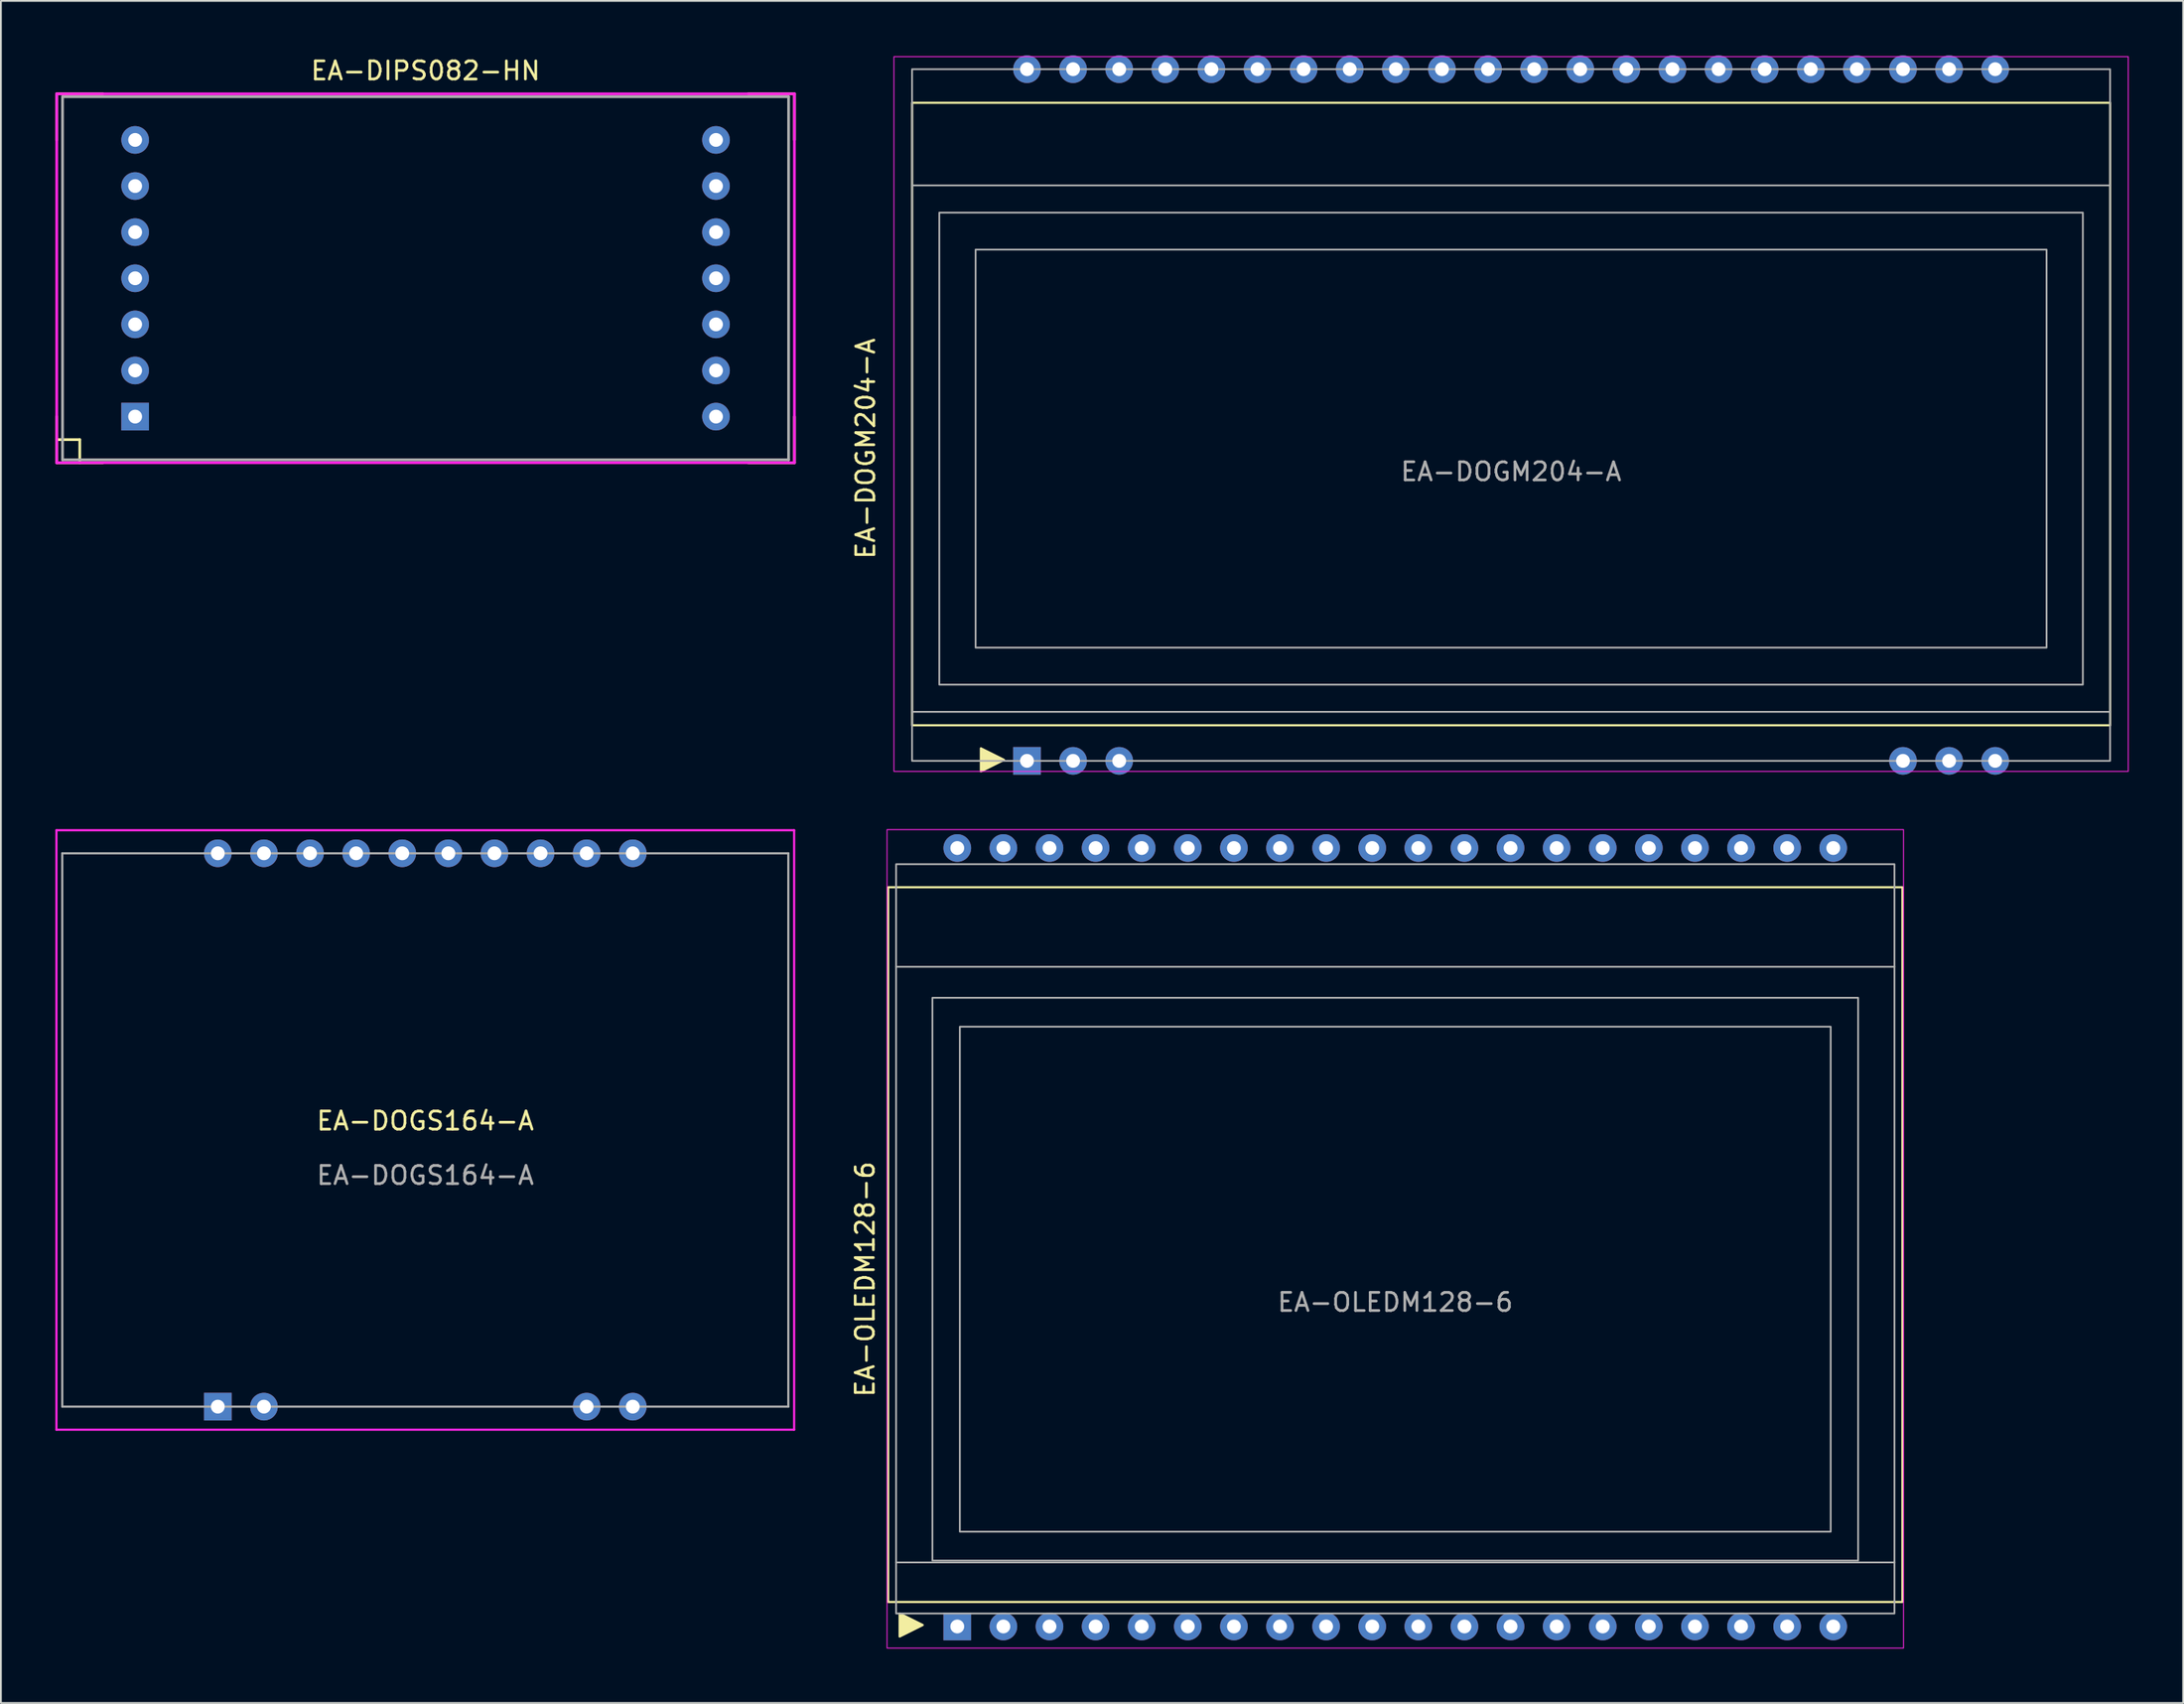
<source format=kicad_pcb>
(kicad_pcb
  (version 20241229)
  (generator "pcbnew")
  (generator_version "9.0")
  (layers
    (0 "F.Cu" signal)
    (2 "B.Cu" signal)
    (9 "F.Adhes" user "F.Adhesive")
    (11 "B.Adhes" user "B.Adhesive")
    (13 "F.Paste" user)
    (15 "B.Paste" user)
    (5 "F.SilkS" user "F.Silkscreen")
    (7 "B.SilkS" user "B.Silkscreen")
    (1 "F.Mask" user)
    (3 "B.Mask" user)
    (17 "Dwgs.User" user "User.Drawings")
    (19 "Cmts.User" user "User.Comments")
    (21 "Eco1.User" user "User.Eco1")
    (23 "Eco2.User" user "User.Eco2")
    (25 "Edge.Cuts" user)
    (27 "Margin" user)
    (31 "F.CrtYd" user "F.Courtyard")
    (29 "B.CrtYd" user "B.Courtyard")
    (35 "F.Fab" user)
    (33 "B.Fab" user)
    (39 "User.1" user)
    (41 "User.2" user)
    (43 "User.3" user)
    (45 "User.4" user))
  (footprint "EA-DOGS164-A"
    (layer "F.Cu")
    (at 20.38 59.194)
    (property "Reference" "EA-DOGS164-A" (at 0 -0.5 0) (unlocked yes) (layer "F.SilkS") (effects (font (size 1 1) (thickness 0.15))))
    (fp_line (start -20.32 -16.51) (end 20.32 -16.51) (stroke (width 0.12) (type solid)) (layer "F.CrtYd"))
    (fp_line (start -20.32 16.51) (end -20.32 -16.51) (stroke (width 0.12) (type solid)) (layer "F.CrtYd"))
    (fp_line (start 20.32 -16.51) (end 20.32 16.51) (stroke (width 0.12) (type solid)) (layer "F.CrtYd"))
    (fp_line (start 20.32 16.51) (end -20.32 16.51) (stroke (width 0.12) (type solid)) (layer "F.CrtYd"))
    (fp_line (start -20 -15.24) (end 20 -15.24) (stroke (width 0.12) (type solid)) (layer "F.Fab"))
    (fp_line (start -20 15.24) (end -20 -15.24) (stroke (width 0.12) (type solid)) (layer "F.Fab"))
    (fp_line (start 20 -15.24) (end 20 15.24) (stroke (width 0.12) (type solid)) (layer "F.Fab"))
    (fp_line (start 20 15.24) (end -20 15.24) (stroke (width 0.12) (type solid)) (layer "F.Fab"))
    (fp_text user "${REFERENCE}" (at 0 2.5 0) (unlocked yes) (layer "F.Fab") (effects (font (size 1 1) (thickness 0.15))))
    (pad "1" thru_hole rect (at -11.43 15.24) (size 1.524 1.524) (drill 0.762) (layers "*.Cu" "*.Mask"))
    (pad "2" thru_hole circle (at -8.89 15.24) (size 1.524 1.524) (drill 0.762) (layers "*.Cu" "*.Mask"))
    (pad "9" thru_hole circle (at 8.89 15.24) (size 1.524 1.524) (drill 0.762) (layers "*.Cu" "*.Mask"))
    (pad "10" thru_hole circle (at 11.43 15.24) (size 1.524 1.524) (drill 0.762) (layers "*.Cu" "*.Mask"))
    (pad "11" thru_hole circle (at 11.43 -15.24) (size 1.524 1.524) (drill 0.762) (layers "*.Cu" "*.Mask"))
    (pad "12" thru_hole circle (at 8.89 -15.24) (size 1.524 1.524) (drill 0.762) (layers "*.Cu" "*.Mask"))
    (pad "13" thru_hole circle (at 6.35 -15.24) (size 1.524 1.524) (drill 0.762) (layers "*.Cu" "*.Mask"))
    (pad "14" thru_hole circle (at 3.81 -15.24) (size 1.524 1.524) (drill 0.762) (layers "*.Cu" "*.Mask"))
    (pad "15" thru_hole circle (at 1.27 -15.24) (size 1.524 1.524) (drill 0.762) (layers "*.Cu" "*.Mask"))
    (pad "16" thru_hole circle (at -1.27 -15.24) (size 1.524 1.524) (drill 0.762) (layers "*.Cu" "*.Mask"))
    (pad "17" thru_hole circle (at -3.81 -15.24) (size 1.524 1.524) (drill 0.762) (layers "*.Cu" "*.Mask"))
    (pad "18" thru_hole circle (at -6.35 -15.24) (size 1.524 1.524) (drill 0.762) (layers "*.Cu" "*.Mask"))
    (pad "19" thru_hole circle (at -8.89 -15.24) (size 1.524 1.524) (drill 0.762) (layers "*.Cu" "*.Mask"))
    (pad "20" thru_hole circle (at -11.43 -15.24) (size 1.524 1.524) (drill 0.762) (layers "*.Cu" "*.Mask")))
  (footprint "EA-OLEDM128-6"
    (layer "F.Cu")
    (at 73.818 67.414)
    (property "Reference" "EA-OLEDM128-6" (at -29.21 0 90) (unlocked yes) (layer "F.SilkS") (effects (font (size 1 1) (thickness 0.15))))
    (attr through_hole)
    (fp_rect (start -27.94 -21.59) (end 27.94 17.78) (stroke (width 0.12) (type solid)) (fill no) (layer "F.SilkS"))
    (fp_poly (pts (xy -26.035 19.05) (xy -27.305 19.685) (xy -27.305 18.415)) (stroke (width 0.12) (type solid)) (fill yes) (layer "F.SilkS"))
    (fp_rect (start -28 -24.765) (end 28 20.32) (stroke (width 0.05) (type solid)) (fill no) (layer "F.CrtYd"))
    (fp_line (start -27.5 -17.21) (end 27.5 -17.21) (stroke (width 0.1) (type solid)) (layer "F.Fab"))
    (fp_line (start -27.5 15.6) (end 27.5 15.6) (stroke (width 0.1) (type solid)) (layer "F.Fab"))
    (fp_rect (start -27.5 -22.86) (end 27.5 18.415) (stroke (width 0.1) (type solid)) (fill no) (layer "F.Fab"))
    (fp_rect (start -25.5 -15.5) (end 25.5 15.5) (stroke (width 0.1) (type solid)) (fill no) (layer "F.Fab"))
    (fp_rect (start -23.988 -13.908) (end 23.988 13.908) (stroke (width 0.1) (type solid)) (fill no) (layer "F.Fab"))
    (fp_text user "${REFERENCE}" (at 0 1.27 0) (unlocked yes) (layer "F.Fab") (effects (font (size 1 1) (thickness 0.15))))
    (pad "1" thru_hole rect (at -24.13 19.13) (size 1.524 1.524) (drill 0.762) (layers "*.Cu" "*.Mask"))
    (pad "2" thru_hole circle (at -21.59 19.13) (size 1.524 1.524) (drill 0.762) (layers "*.Cu" "*.Mask"))
    (pad "3" thru_hole circle (at -19.05 19.13) (size 1.524 1.524) (drill 0.762) (layers "*.Cu" "*.Mask"))
    (pad "4" thru_hole circle (at -16.51 19.13) (size 1.524 1.524) (drill 0.762) (layers "*.Cu" "*.Mask"))
    (pad "5" thru_hole circle (at -13.97 19.13) (size 1.524 1.524) (drill 0.762) (layers "*.Cu" "*.Mask"))
    (pad "6" thru_hole circle (at -11.43 19.13) (size 1.524 1.524) (drill 0.762) (layers "*.Cu" "*.Mask"))
    (pad "7" thru_hole circle (at -8.89 19.13) (size 1.524 1.524) (drill 0.762) (layers "*.Cu" "*.Mask"))
    (pad "8" thru_hole circle (at -6.35 19.13) (size 1.524 1.524) (drill 0.762) (layers "*.Cu" "*.Mask"))
    (pad "9" thru_hole circle (at -3.81 19.13) (size 1.524 1.524) (drill 0.762) (layers "*.Cu" "*.Mask"))
    (pad "10" thru_hole circle (at -1.27 19.13) (size 1.524 1.524) (drill 0.762) (layers "*.Cu" "*.Mask"))
    (pad "11" thru_hole circle (at 1.27 19.13) (size 1.524 1.524) (drill 0.762) (layers "*.Cu" "*.Mask"))
    (pad "12" thru_hole circle (at 3.81 19.13) (size 1.524 1.524) (drill 0.762) (layers "*.Cu" "*.Mask"))
    (pad "13" thru_hole circle (at 6.35 19.13) (size 1.524 1.524) (drill 0.762) (layers "*.Cu" "*.Mask"))
    (pad "14" thru_hole circle (at 8.89 19.13) (size 1.524 1.524) (drill 0.762) (layers "*.Cu" "*.Mask"))
    (pad "15" thru_hole circle (at 11.43 19.13) (size 1.524 1.524) (drill 0.762) (layers "*.Cu" "*.Mask"))
    (pad "16" thru_hole circle (at 13.97 19.13) (size 1.524 1.524) (drill 0.762) (layers "*.Cu" "*.Mask"))
    (pad "17" thru_hole circle (at 16.51 19.13) (size 1.524 1.524) (drill 0.762) (layers "*.Cu" "*.Mask"))
    (pad "18" thru_hole circle (at 19.05 19.13) (size 1.524 1.524) (drill 0.762) (layers "*.Cu" "*.Mask"))
    (pad "19" thru_hole circle (at 21.59 19.13) (size 1.524 1.524) (drill 0.762) (layers "*.Cu" "*.Mask"))
    (pad "20" thru_hole circle (at 24.13 19.13) (size 1.524 1.524) (drill 0.762) (layers "*.Cu" "*.Mask"))
    (pad "21" thru_hole circle (at 24.13 -23.75) (size 1.524 1.524) (drill 0.762) (layers "*.Cu" "*.Mask"))
    (pad "22" thru_hole circle (at 21.59 -23.75) (size 1.524 1.524) (drill 0.762) (layers "*.Cu" "*.Mask"))
    (pad "23" thru_hole circle (at 19.05 -23.75) (size 1.524 1.524) (drill 0.762) (layers "*.Cu" "*.Mask"))
    (pad "24" thru_hole circle (at 16.51 -23.75) (size 1.524 1.524) (drill 0.762) (layers "*.Cu" "*.Mask"))
    (pad "25" thru_hole circle (at 13.97 -23.75) (size 1.524 1.524) (drill 0.762) (layers "*.Cu" "*.Mask"))
    (pad "26" thru_hole circle (at 11.43 -23.75) (size 1.524 1.524) (drill 0.762) (layers "*.Cu" "*.Mask"))
    (pad "27" thru_hole circle (at 8.89 -23.75) (size 1.524 1.524) (drill 0.762) (layers "*.Cu" "*.Mask"))
    (pad "28" thru_hole circle (at 6.35 -23.75) (size 1.524 1.524) (drill 0.762) (layers "*.Cu" "*.Mask"))
    (pad "29" thru_hole circle (at 3.81 -23.75) (size 1.524 1.524) (drill 0.762) (layers "*.Cu" "*.Mask"))
    (pad "30" thru_hole circle (at 1.27 -23.75) (size 1.524 1.524) (drill 0.762) (layers "*.Cu" "*.Mask"))
    (pad "31" thru_hole circle (at -1.27 -23.75) (size 1.524 1.524) (drill 0.762) (layers "*.Cu" "*.Mask"))
    (pad "32" thru_hole circle (at -3.81 -23.75) (size 1.524 1.524) (drill 0.762) (layers "*.Cu" "*.Mask"))
    (pad "33" thru_hole circle (at -6.35 -23.75) (size 1.524 1.524) (drill 0.762) (layers "*.Cu" "*.Mask"))
    (pad "34" thru_hole circle (at -8.89 -23.75) (size 1.524 1.524) (drill 0.762) (layers "*.Cu" "*.Mask"))
    (pad "35" thru_hole circle (at -11.43 -23.75) (size 1.524 1.524) (drill 0.762) (layers "*.Cu" "*.Mask"))
    (pad "36" thru_hole circle (at -13.97 -23.75) (size 1.524 1.524) (drill 0.762) (layers "*.Cu" "*.Mask"))
    (pad "37" thru_hole circle (at -16.51 -23.75) (size 1.524 1.524) (drill 0.762) (layers "*.Cu" "*.Mask"))
    (pad "38" thru_hole circle (at -19.05 -23.75) (size 1.524 1.524) (drill 0.762) (layers "*.Cu" "*.Mask"))
    (pad "39" thru_hole circle (at -21.59 -23.75) (size 1.524 1.524) (drill 0.762) (layers "*.Cu" "*.Mask"))
    (pad "40" thru_hole circle (at -24.13 -23.75) (size 1.524 1.524) (drill 0.762) (layers "*.Cu" "*.Mask")))
  (footprint "EA-DOGM204-A"
    (layer "F.Cu")
    (at 80.198 21.662)
    (property "Reference" "EA-DOGM204-A" (at -35.56 0 90) (unlocked yes) (layer "F.SilkS") (effects (font (size 1 1) (thickness 0.15))))
    (attr through_hole)
    (fp_rect (start -33 -19.05) (end 33 15.24) (stroke (width 0.12) (type solid)) (fill no) (layer "F.SilkS"))
    (fp_poly (pts (xy -27.94 17.145) (xy -29.21 17.78) (xy -29.21 16.51)) (stroke (width 0.12) (type solid)) (fill yes) (layer "F.SilkS"))
    (fp_rect (start -34 -21.59) (end 34 17.78) (stroke (width 0.05) (type solid)) (fill no) (layer "F.CrtYd"))
    (fp_line (start -33 -14.5) (end 33 -14.5) (stroke (width 0.1) (type solid)) (layer "F.Fab"))
    (fp_line (start -33 14.5) (end 33 14.5) (stroke (width 0.1) (type solid)) (layer "F.Fab"))
    (fp_rect (start -33 -20.9) (end 33 17.2) (stroke (width 0.1) (type solid)) (fill no) (layer "F.Fab"))
    (fp_rect (start -31.5 -13) (end 31.5 13) (stroke (width 0.1) (type solid)) (fill no) (layer "F.Fab"))
    (fp_rect (start -29.5 -10.963) (end 29.5 10.963) (stroke (width 0.1) (type solid)) (fill no) (layer "F.Fab"))
    (fp_text user "${REFERENCE}" (at 0 1.27 0) (unlocked yes) (layer "F.Fab") (effects (font (size 1 1) (thickness 0.15))))
    (pad "1" thru_hole rect (at -26.67 17.2) (size 1.524 1.524) (drill 0.762) (layers "*.Cu" "*.Mask"))
    (pad "2" thru_hole circle (at -24.13 17.2) (size 1.524 1.524) (drill 0.762) (layers "*.Cu" "*.Mask"))
    (pad "3" thru_hole circle (at -21.59 17.2) (size 1.524 1.524) (drill 0.762) (layers "*.Cu" "*.Mask"))
    (pad "20" thru_hole circle (at 21.59 17.2) (size 1.524 1.524) (drill 0.762) (layers "*.Cu" "*.Mask"))
    (pad "21" thru_hole circle (at 24.13 17.2) (size 1.524 1.524) (drill 0.762) (layers "*.Cu" "*.Mask"))
    (pad "22" thru_hole circle (at 26.67 17.2) (size 1.524 1.524) (drill 0.762) (layers "*.Cu" "*.Mask"))
    (pad "23" thru_hole circle (at 26.67 -20.9) (size 1.524 1.524) (drill 0.762) (layers "*.Cu" "*.Mask"))
    (pad "24" thru_hole circle (at 24.13 -20.9) (size 1.524 1.524) (drill 0.762) (layers "*.Cu" "*.Mask"))
    (pad "25" thru_hole circle (at 21.59 -20.9) (size 1.524 1.524) (drill 0.762) (layers "*.Cu" "*.Mask"))
    (pad "26" thru_hole circle (at 19.05 -20.9) (size 1.524 1.524) (drill 0.762) (layers "*.Cu" "*.Mask"))
    (pad "27" thru_hole circle (at 16.51 -20.9) (size 1.524 1.524) (drill 0.762) (layers "*.Cu" "*.Mask"))
    (pad "28" thru_hole circle (at 13.97 -20.9) (size 1.524 1.524) (drill 0.762) (layers "*.Cu" "*.Mask"))
    (pad "29" thru_hole circle (at 11.43 -20.9) (size 1.524 1.524) (drill 0.762) (layers "*.Cu" "*.Mask"))
    (pad "30" thru_hole circle (at 8.89 -20.9) (size 1.524 1.524) (drill 0.762) (layers "*.Cu" "*.Mask"))
    (pad "31" thru_hole circle (at 6.35 -20.9) (size 1.524 1.524) (drill 0.762) (layers "*.Cu" "*.Mask"))
    (pad "32" thru_hole circle (at 3.81 -20.9) (size 1.524 1.524) (drill 0.762) (layers "*.Cu" "*.Mask"))
    (pad "33" thru_hole circle (at 1.27 -20.9) (size 1.524 1.524) (drill 0.762) (layers "*.Cu" "*.Mask"))
    (pad "34" thru_hole circle (at -1.27 -20.9) (size 1.524 1.524) (drill 0.762) (layers "*.Cu" "*.Mask"))
    (pad "35" thru_hole circle (at -3.81 -20.9) (size 1.524 1.524) (drill 0.762) (layers "*.Cu" "*.Mask"))
    (pad "36" thru_hole circle (at -6.35 -20.9) (size 1.524 1.524) (drill 0.762) (layers "*.Cu" "*.Mask"))
    (pad "37" thru_hole circle (at -8.89 -20.9) (size 1.524 1.524) (drill 0.762) (layers "*.Cu" "*.Mask"))
    (pad "38" thru_hole circle (at -11.43 -20.9) (size 1.524 1.524) (drill 0.762) (layers "*.Cu" "*.Mask"))
    (pad "39" thru_hole circle (at -13.97 -20.9) (size 1.524 1.524) (drill 0.762) (layers "*.Cu" "*.Mask"))
    (pad "40" thru_hole circle (at -16.51 -20.9) (size 1.524 1.524) (drill 0.762) (layers "*.Cu" "*.Mask"))
    (pad "41" thru_hole circle (at -19.05 -20.9) (size 1.524 1.524) (drill 0.762) (layers "*.Cu" "*.Mask"))
    (pad "42" thru_hole circle (at -21.59 -20.9) (size 1.524 1.524) (drill 0.762) (layers "*.Cu" "*.Mask"))
    (pad "43" thru_hole circle (at -24.13 -20.9) (size 1.524 1.524) (drill 0.762) (layers "*.Cu" "*.Mask"))
    (pad "44" thru_hole circle (at -26.67 -20.9) (size 1.524 1.524) (drill 0.762) (layers "*.Cu" "*.Mask")))
  (footprint "EA-DIPS082-HN"
    (layer "F.Cu")
    (at 20.395 12.278)
    (property "Reference" "EA-DIPS082-HN" (at 0 -11.43 0) (layer "F.SilkS") (effects (font (size 1 1) (thickness 0.15))))
    (attr through_hole)
    (fp_line (start -20.32 -10.16) (end -17.78 -10.16) (stroke (width 0.15) (type solid)) (layer "F.SilkS"))
    (fp_line (start -20.32 -7.62) (end -20.32 -10.16) (stroke (width 0.15) (type solid)) (layer "F.SilkS"))
    (fp_line (start -20.32 8.89) (end -19.05 8.89) (stroke (width 0.15) (type solid)) (layer "F.SilkS"))
    (fp_line (start -20.32 10.16) (end -20.32 7.62) (stroke (width 0.15) (type solid)) (layer "F.SilkS"))
    (fp_line (start -19.05 8.89) (end -19.05 10.16) (stroke (width 0.15) (type solid)) (layer "F.SilkS"))
    (fp_line (start -17.78 10.16) (end -20.32 10.16) (stroke (width 0.15) (type solid)) (layer "F.SilkS"))
    (fp_line (start 17.78 10.16) (end 20.32 10.16) (stroke (width 0.15) (type solid)) (layer "F.SilkS"))
    (fp_line (start 20.32 -10.16) (end 17.78 -10.16) (stroke (width 0.15) (type solid)) (layer "F.SilkS"))
    (fp_line (start 20.32 -7.62) (end 20.32 -10.16) (stroke (width 0.15) (type solid)) (layer "F.SilkS"))
    (fp_line (start 20.32 10.16) (end 20.32 7.62) (stroke (width 0.15) (type solid)) (layer "F.SilkS"))
    (fp_line (start -20.32 -10.16) (end 20.32 -10.16) (stroke (width 0.15) (type solid)) (layer "F.CrtYd"))
    (fp_line (start -20.32 10.16) (end -20.32 -10.16) (stroke (width 0.15) (type solid)) (layer "F.CrtYd"))
    (fp_line (start 20.32 -10.16) (end 20.32 10.16) (stroke (width 0.15) (type solid)) (layer "F.CrtYd"))
    (fp_line (start 20.32 10.16) (end -20.32 10.16) (stroke (width 0.15) (type solid)) (layer "F.CrtYd"))
    (fp_line (start -20 -10) (end 20 -10) (stroke (width 0.15) (type solid)) (layer "F.Fab"))
    (fp_line (start -20 10) (end -20 -10) (stroke (width 0.15) (type solid)) (layer "F.Fab"))
    (fp_line (start 20 -10) (end 20 10) (stroke (width 0.15) (type solid)) (layer "F.Fab"))
    (fp_line (start 20 10) (end -20 10) (stroke (width 0.15) (type solid)) (layer "F.Fab"))
    (pad "1" thru_hole rect (at -16 7.62) (size 1.524 1.524) (drill 0.762) (layers "*.Cu" "*.Mask"))
    (pad "2" thru_hole circle (at -16 5.08) (size 1.524 1.524) (drill 0.762) (layers "*.Cu" "*.Mask"))
    (pad "3" thru_hole circle (at -16 2.54) (size 1.524 1.524) (drill 0.762) (layers "*.Cu" "*.Mask"))
    (pad "4" thru_hole circle (at -16 0) (size 1.524 1.524) (drill 0.762) (layers "*.Cu" "*.Mask"))
    (pad "5" thru_hole circle (at -16 -2.54) (size 1.524 1.524) (drill 0.762) (layers "*.Cu" "*.Mask"))
    (pad "6" thru_hole circle (at -16 -5.08) (size 1.524 1.524) (drill 0.762) (layers "*.Cu" "*.Mask"))
    (pad "7" thru_hole circle (at -16 -7.62) (size 1.524 1.524) (drill 0.762) (layers "*.Cu" "*.Mask"))
    (pad "8" thru_hole circle (at 16 -7.62) (size 1.524 1.524) (drill 0.762) (layers "*.Cu" "*.Mask"))
    (pad "9" thru_hole circle (at 16 -5.08) (size 1.524 1.524) (drill 0.762) (layers "*.Cu" "*.Mask"))
    (pad "10" thru_hole circle (at 16 -2.54) (size 1.524 1.524) (drill 0.762) (layers "*.Cu" "*.Mask"))
    (pad "11" thru_hole circle (at 16 0) (size 1.524 1.524) (drill 0.762) (layers "*.Cu" "*.Mask"))
    (pad "12" thru_hole circle (at 16 2.54) (size 1.524 1.524) (drill 0.762) (layers "*.Cu" "*.Mask"))
    (pad "13" thru_hole circle (at 16 5.08) (size 1.524 1.524) (drill 0.762) (layers "*.Cu" "*.Mask"))
    (pad "14" thru_hole circle (at 16 7.62) (size 1.524 1.524) (drill 0.762) (layers "*.Cu" "*.Mask")))
  (gr_rect
    (start -3 -3)
    (end 117.223 90.759)
    (stroke (width 0.1) (type default))
    (fill no)
    (layer "Edge.Cuts")))
</source>
